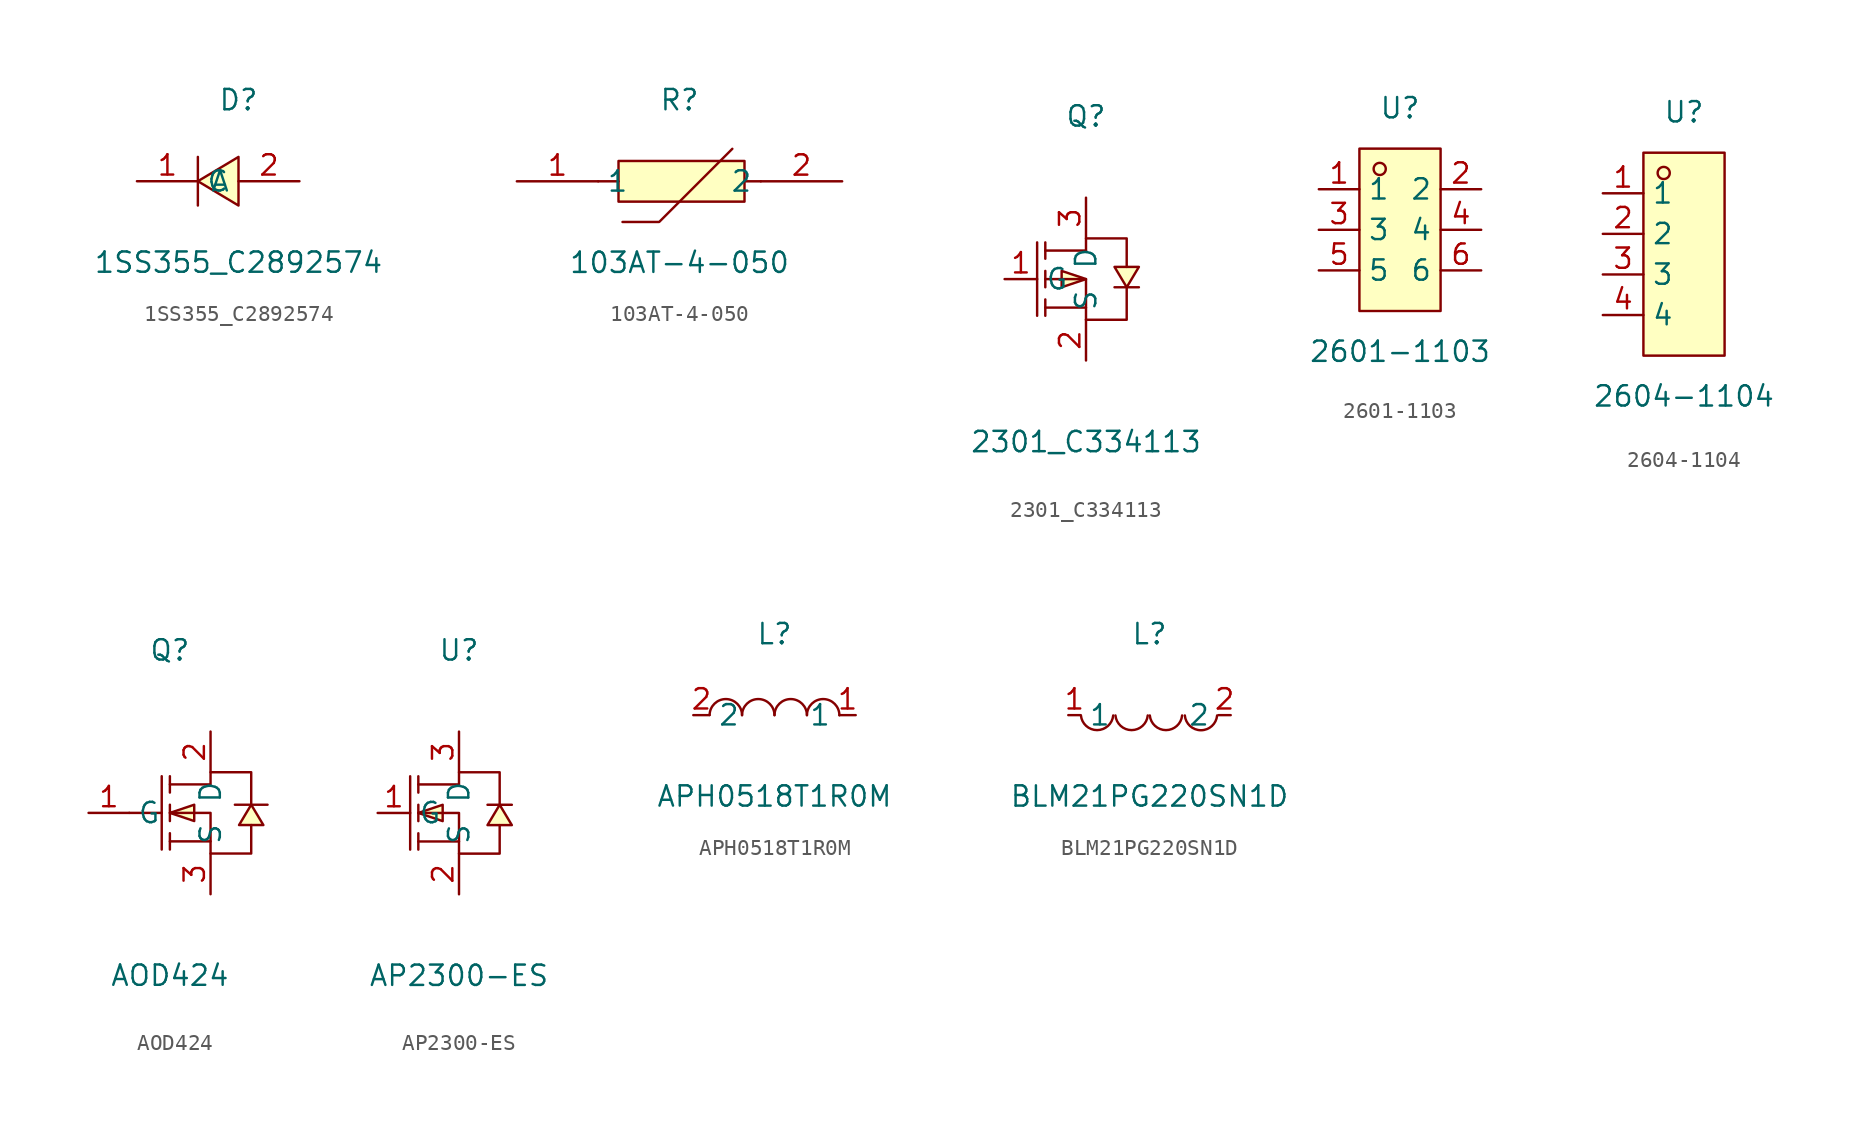
<source format=kicad_sym>
(kicad_symbol_lib
  (version 20211014)
  (generator https://github.com/uPesy/easyeda2kicad.py)
  (symbol "1SS355_C2892574"
    (property "Reference" "D"
      (at 0 5.08 0)
      (effects (font (size 1.27 1.27))))
    (property "Value" "1SS355_C2892574"
      (at 0 -5.08 0)
      (effects (font (size 1.27 1.27))))
    (symbol "1SS355_C2892574_0_1"
      (polyline (pts (xy 0.00 1.52) (xy -2.54 -0.00) (xy 0.00 -1.52) (xy 0.00 1.52)) (stroke (width 0) (type default) (color 0 0 0 0)) (fill (type background)))
      (polyline (pts (xy -2.54 -1.52) (xy -2.54 1.52)) (stroke (width 0) (type default) (color 0 0 0 0)) (fill (type none)))
      (pin unspecified line (at -6.35 -0.00 0) (length 3.81) (name "C" (effects (font (size 1.27 1.27)))) (number "1" (effects (font (size 1.27 1.27)))))
      (pin unspecified line (at 3.81 -0.00 180) (length 3.81) (name "A" (effects (font (size 1.27 1.27)))) (number "2" (effects (font (size 1.27 1.27)))))))
  (symbol "103AT-4-050"
    (property "Reference" "R"
      (at 0 5.08 0)
      (effects (font (size 1.27 1.27))))
    (property "Value" "103AT-4-050"
      (at 0 -5.08 0)
      (effects (font (size 1.27 1.27))))
    (symbol "103AT-4-050_0_1"
      (rectangle (start -3.81 1.27) (end 4.06 -1.27) (stroke (width 0) (type default) (color 0 0 0 0)) (fill (type background)))
      (polyline (pts (xy -3.56 -2.54) (xy -1.27 -2.54) (xy 3.30 2.03)) (stroke (width 0) (type default) (color 0 0 0 0)) (fill (type none)))
      (polyline (pts (xy -3.81 -0.00) (xy -5.08 -0.00)) (stroke (width 0) (type default) (color 0 0 0 0)) (fill (type none)))
      (polyline (pts (xy 4.06 -0.00) (xy 5.08 -0.00)) (stroke (width 0) (type default) (color 0 0 0 0)) (fill (type none)))
      (pin unspecified line (at 10.16 -0.00 180) (length 5.08) (name "2" (effects (font (size 1.27 1.27)))) (number "2" (effects (font (size 1.27 1.27)))))
      (pin unspecified line (at -10.16 -0.00 0) (length 5.08) (name "1" (effects (font (size 1.27 1.27)))) (number "1" (effects (font (size 1.27 1.27)))))))
  (symbol "2301_C334113"
    (property "Reference" "Q"
      (at 0 10.16 0)
      (effects (font (size 1.27 1.27))))
    (property "Value" "2301_C334113"
      (at 0 -10.16 0)
      (effects (font (size 1.27 1.27))))
    (symbol "2301_C334113_0_1"
      (polyline (pts (xy 0.00 -2.54) (xy 2.54 -2.54) (xy 2.54 -0.51)) (stroke (width 0) (type default) (color 0 0 0 0)) (fill (type none)))
      (polyline (pts (xy 0.00 1.78) (xy 0.00 2.54) (xy 2.54 2.54) (xy 2.54 0.76)) (stroke (width 0) (type default) (color 0 0 0 0)) (fill (type none)))
      (polyline (pts (xy 0.00 1.78) (xy -2.54 1.78)) (stroke (width 0) (type default) (color 0 0 0 0)) (fill (type none)))
      (polyline (pts (xy -2.54 -0.00) (xy 0.00 -0.00) (xy 0.00 -2.54)) (stroke (width 0) (type default) (color 0 0 0 0)) (fill (type none)))
      (polyline (pts (xy 0.00 -1.78) (xy -2.54 -1.78)) (stroke (width 0) (type default) (color 0 0 0 0)) (fill (type none)))
      (polyline (pts (xy -3.05 2.29) (xy -3.05 -2.29)) (stroke (width 0) (type default) (color 0 0 0 0)) (fill (type none)))
      (polyline (pts (xy -2.54 1.27) (xy -2.54 2.29)) (stroke (width 0) (type default) (color 0 0 0 0)) (fill (type none)))
      (polyline (pts (xy -2.54 -0.51) (xy -2.54 0.51)) (stroke (width 0) (type default) (color 0 0 0 0)) (fill (type none)))
      (polyline (pts (xy -2.54 -2.29) (xy -2.54 -1.27)) (stroke (width 0) (type default) (color 0 0 0 0)) (fill (type none)))
      (polyline (pts (xy 3.30 -0.51) (xy 3.05 -0.51) (xy 2.03 -0.51) (xy 1.78 -0.51)) (stroke (width 0) (type default) (color 0 0 0 0)) (fill (type none)))
      (polyline (pts (xy 0.00 -0.00) (xy -1.52 0.51) (xy -1.52 -0.51) (xy 0.00 -0.00)) (stroke (width 0) (type default) (color 0 0 0 0)) (fill (type background)))
      (polyline (pts (xy 2.54 -0.51) (xy 3.30 0.76) (xy 1.78 0.76) (xy 2.54 -0.51)) (stroke (width 0) (type default) (color 0 0 0 0)) (fill (type background)))
      (pin unspecified line (at 0.00 5.08 270) (length 2.54) (name "D" (effects (font (size 1.27 1.27)))) (number "3" (effects (font (size 1.27 1.27)))))
      (pin unspecified line (at -5.08 -0.00 0) (length 2.032) (name "G" (effects (font (size 1.27 1.27)))) (number "1" (effects (font (size 1.27 1.27)))))
      (pin unspecified line (at 0.00 -5.08 90) (length 2.54) (name "S" (effects (font (size 1.27 1.27)))) (number "2" (effects (font (size 1.27 1.27)))))))
  (symbol "2601-1103"
    (property "Reference" "U"
      (at 0 7.62 0)
      (effects (font (size 1.27 1.27))))
    (property "Value" "2601-1103"
      (at 0 -7.62 0)
      (effects (font (size 1.27 1.27))))
    (symbol "2601-1103_0_1"
      (rectangle (start -2.54 5.08) (end 2.54 -5.08) (stroke (width 0) (type default) (color 0 0 0 0)) (fill (type background)))
      (circle (center -1.27 3.81) (radius 0.38) (stroke (width 0) (type default) (color 0 0 0 0)) (fill (type none)))
      (pin unspecified line (at -5.08 2.54 0) (length 2.54) (name "1" (effects (font (size 1.27 1.27)))) (number "1" (effects (font (size 1.27 1.27)))))
      (pin unspecified line (at 5.08 -2.54 180) (length 2.54) (name "6" (effects (font (size 1.27 1.27)))) (number "6" (effects (font (size 1.27 1.27)))))
      (pin unspecified line (at -5.08 -0.00 0) (length 2.54) (name "3" (effects (font (size 1.27 1.27)))) (number "3" (effects (font (size 1.27 1.27)))))
      (pin unspecified line (at 5.08 -0.00 180) (length 2.54) (name "4" (effects (font (size 1.27 1.27)))) (number "4" (effects (font (size 1.27 1.27)))))
      (pin unspecified line (at -5.08 -2.54 0) (length 2.54) (name "5" (effects (font (size 1.27 1.27)))) (number "5" (effects (font (size 1.27 1.27)))))
      (pin unspecified line (at 5.08 2.54 180) (length 2.54) (name "2" (effects (font (size 1.27 1.27)))) (number "2" (effects (font (size 1.27 1.27)))))))
  (symbol "2604-1104"
    (property "Reference" "U"
      (at 0 8.89 0)
      (effects (font (size 1.27 1.27))))
    (property "Value" "2604-1104"
      (at 0 -8.89 0)
      (effects (font (size 1.27 1.27))))
    (symbol "2604-1104_0_1"
      (rectangle (start -2.54 6.35) (end 2.54 -6.35) (stroke (width 0) (type default) (color 0 0 0 0)) (fill (type background)))
      (circle (center -1.27 5.08) (radius 0.38) (stroke (width 0) (type default) (color 0 0 0 0)) (fill (type none)))
      (pin unspecified line (at -5.08 3.81 0) (length 2.54) (name "1" (effects (font (size 1.27 1.27)))) (number "1" (effects (font (size 1.27 1.27)))))
      (pin unspecified line (at -5.08 1.27 0) (length 2.54) (name "2" (effects (font (size 1.27 1.27)))) (number "2" (effects (font (size 1.27 1.27)))))
      (pin unspecified line (at -5.08 -1.27 0) (length 2.54) (name "3" (effects (font (size 1.27 1.27)))) (number "3" (effects (font (size 1.27 1.27)))))
      (pin unspecified line (at -5.08 -3.81 0) (length 2.54) (name "4" (effects (font (size 1.27 1.27)))) (number "4" (effects (font (size 1.27 1.27)))))))
  (symbol "AOD424"
    (property "Reference" "Q"
      (at 0 10.16 0)
      (effects (font (size 1.27 1.27))))
    (property "Value" "AOD424"
      (at 0 -10.16 0)
      (effects (font (size 1.27 1.27))))
    (symbol "AOD424_0_1"
      (polyline (pts (xy 0.00 1.78) (xy 2.54 1.78) (xy 2.54 2.54) (xy 5.08 2.54) (xy 5.08 0.51)) (stroke (width 0) (type default) (color 0 0 0 0)) (fill (type none)))
      (polyline (pts (xy 0.00 -0.00) (xy 2.54 -0.00) (xy 2.54 -2.54) (xy 5.08 -2.54) (xy 5.08 -0.76)) (stroke (width 0) (type default) (color 0 0 0 0)) (fill (type none)))
      (polyline (pts (xy 2.54 -1.78) (xy 0.00 -1.78)) (stroke (width 0) (type default) (color 0 0 0 0)) (fill (type none)))
      (polyline (pts (xy -0.51 2.29) (xy -0.51 -2.29)) (stroke (width 0) (type default) (color 0 0 0 0)) (fill (type none)))
      (polyline (pts (xy 0.00 2.29) (xy 0.00 1.27)) (stroke (width 0) (type default) (color 0 0 0 0)) (fill (type none)))
      (polyline (pts (xy 0.00 -0.51) (xy 0.00 0.51)) (stroke (width 0) (type default) (color 0 0 0 0)) (fill (type none)))
      (polyline (pts (xy 0.00 -2.29) (xy 0.00 -1.27)) (stroke (width 0) (type default) (color 0 0 0 0)) (fill (type none)))
      (polyline (pts (xy -2.54 -0.00) (xy -0.51 -0.00)) (stroke (width 0) (type default) (color 0 0 0 0)) (fill (type none)))
      (polyline (pts (xy 6.10 0.51) (xy 5.59 0.51) (xy 4.57 0.51) (xy 4.06 0.51)) (stroke (width 0) (type default) (color 0 0 0 0)) (fill (type none)))
      (polyline (pts (xy 0.00 -0.00) (xy 1.52 -0.51) (xy 1.52 0.51) (xy 0.00 -0.00)) (stroke (width 0) (type default) (color 0 0 0 0)) (fill (type background)))
      (polyline (pts (xy 5.08 0.51) (xy 4.32 -0.76) (xy 5.84 -0.76) (xy 5.08 0.51)) (stroke (width 0) (type default) (color 0 0 0 0)) (fill (type background)))
      (pin unspecified line (at 2.54 5.08 270) (length 2.54) (name "D" (effects (font (size 1.27 1.27)))) (number "2" (effects (font (size 1.27 1.27)))))
      (pin unspecified line (at -5.08 -0.00 0) (length 2.54) (name "G" (effects (font (size 1.27 1.27)))) (number "1" (effects (font (size 1.27 1.27)))))
      (pin unspecified line (at 2.54 -5.08 90) (length 2.54) (name "S" (effects (font (size 1.27 1.27)))) (number "3" (effects (font (size 1.27 1.27)))))))
  (symbol "AP2300-ES"
    (property "Reference" "U"
      (at 0 10.16 0)
      (effects (font (size 1.27 1.27))))
    (property "Value" "AP2300-ES"
      (at 0 -10.16 0)
      (effects (font (size 1.27 1.27))))
    (symbol "AP2300-ES_0_1"
      (polyline (pts (xy 3.30 0.51) (xy 3.05 0.51) (xy 2.03 0.51) (xy 1.78 0.51)) (stroke (width 0) (type default) (color 0 0 0 0)) (fill (type none)))
      (polyline (pts (xy -2.54 -2.29) (xy -2.54 -1.27)) (stroke (width 0) (type default) (color 0 0 0 0)) (fill (type none)))
      (polyline (pts (xy -2.54 -0.51) (xy -2.54 0.51)) (stroke (width 0) (type default) (color 0 0 0 0)) (fill (type none)))
      (polyline (pts (xy -2.54 2.29) (xy -2.54 1.27)) (stroke (width 0) (type default) (color 0 0 0 0)) (fill (type none)))
      (polyline (pts (xy -3.05 2.29) (xy -3.05 -2.29)) (stroke (width 0) (type default) (color 0 0 0 0)) (fill (type none)))
      (polyline (pts (xy 0.00 -1.78) (xy -2.54 -1.78)) (stroke (width 0) (type default) (color 0 0 0 0)) (fill (type none)))
      (polyline (pts (xy -2.54 -0.00) (xy 0.00 -0.00) (xy 0.00 -2.54) (xy 2.54 -2.54) (xy 2.54 -0.76)) (stroke (width 0) (type default) (color 0 0 0 0)) (fill (type none)))
      (polyline (pts (xy -2.54 1.78) (xy 0.00 1.78) (xy 0.00 2.54) (xy 2.54 2.54) (xy 2.54 0.51)) (stroke (width 0) (type default) (color 0 0 0 0)) (fill (type none)))
      (polyline (pts (xy 2.54 0.51) (xy 1.78 -0.76) (xy 3.30 -0.76) (xy 2.54 0.51)) (stroke (width 0) (type default) (color 0 0 0 0)) (fill (type background)))
      (polyline (pts (xy -2.54 -0.00) (xy -1.02 -0.51) (xy -1.02 0.51) (xy -2.54 -0.00)) (stroke (width 0) (type default) (color 0 0 0 0)) (fill (type background)))
      (pin unspecified line (at 0.00 -5.08 90) (length 2.54) (name "S" (effects (font (size 1.27 1.27)))) (number "2" (effects (font (size 1.27 1.27)))))
      (pin unspecified line (at -5.08 -0.00 0) (length 2.032) (name "G" (effects (font (size 1.27 1.27)))) (number "1" (effects (font (size 1.27 1.27)))))
      (pin unspecified line (at 0.00 5.08 270) (length 2.54) (name "D" (effects (font (size 1.27 1.27)))) (number "3" (effects (font (size 1.27 1.27)))))))
  (symbol "APH0518T1R0M"
    (property "Reference" "L"
      (at 0 5.08 0)
      (effects (font (size 1.27 1.27))))
    (property "Value" "APH0518T1R0M"
      (at 0 -5.08 0)
      (effects (font (size 1.27 1.27))))
    (symbol "APH0518T1R0M_0_1"
      (arc (start 4.06 -0.01) (mid 3.26 0.99) (end 2.03 0.01) (stroke (width 0) (type default) (color 0 0 0 0)) (fill (type none)))
      (arc (start 2.03 -0.01) (mid 1.23 0.99) (end 0.00 0.01) (stroke (width 0) (type default) (color 0 0 0 0)) (fill (type none)))
      (arc (start -2.03 -0.01) (mid -2.83 0.99) (end -4.06 0.01) (stroke (width 0) (type default) (color 0 0 0 0)) (fill (type none)))
      (arc (start 0.00 -0.01) (mid -0.80 0.99) (end -2.03 0.01) (stroke (width 0) (type default) (color 0 0 0 0)) (fill (type none)))
      (pin unspecified line (at -5.08 -0.00 0) (length 1.016) (name "2" (effects (font (size 1.27 1.27)))) (number "2" (effects (font (size 1.27 1.27)))))
      (pin unspecified line (at 5.08 -0.00 180) (length 1.016) (name "1" (effects (font (size 1.27 1.27)))) (number "1" (effects (font (size 1.27 1.27)))))))
  (symbol "BLM21PG220SN1D"
    (property "Reference" "L"
      (at 0 5.08 0)
      (effects (font (size 1.27 1.27))))
    (property "Value" "BLM21PG220SN1D"
      (at 0 -5.08 0)
      (effects (font (size 1.27 1.27))))
    (symbol "BLM21PG220SN1D_0_1"
      (arc (start -4.29 -0.02) (mid -2.52 -0.79) (end -2.27 -0.02) (stroke (width 0) (type default) (color 0 0 0 0)) (fill (type none)))
      (arc (start -2.13 -0.02) (mid -0.36 -0.79) (end -0.11 -0.02) (stroke (width 0) (type default) (color 0 0 0 0)) (fill (type none)))
      (arc (start 0.02 -0.02) (mid 1.79 -0.79) (end 2.04 -0.02) (stroke (width 0) (type default) (color 0 0 0 0)) (fill (type none)))
      (arc (start 2.21 -0.02) (mid 3.30 -1.12) (end 4.23 -0.02) (stroke (width 0) (type default) (color 0 0 0 0)) (fill (type none)))
      (pin unspecified line (at 5.08 -0.00 180) (length 0.762) (name "2" (effects (font (size 1.27 1.27)))) (number "2" (effects (font (size 1.27 1.27)))))
      (pin unspecified line (at -5.08 -0.00 0) (length 0.762) (name "1" (effects (font (size 1.27 1.27)))) (number "1" (effects (font (size 1.27 1.27))))))))
</source>
